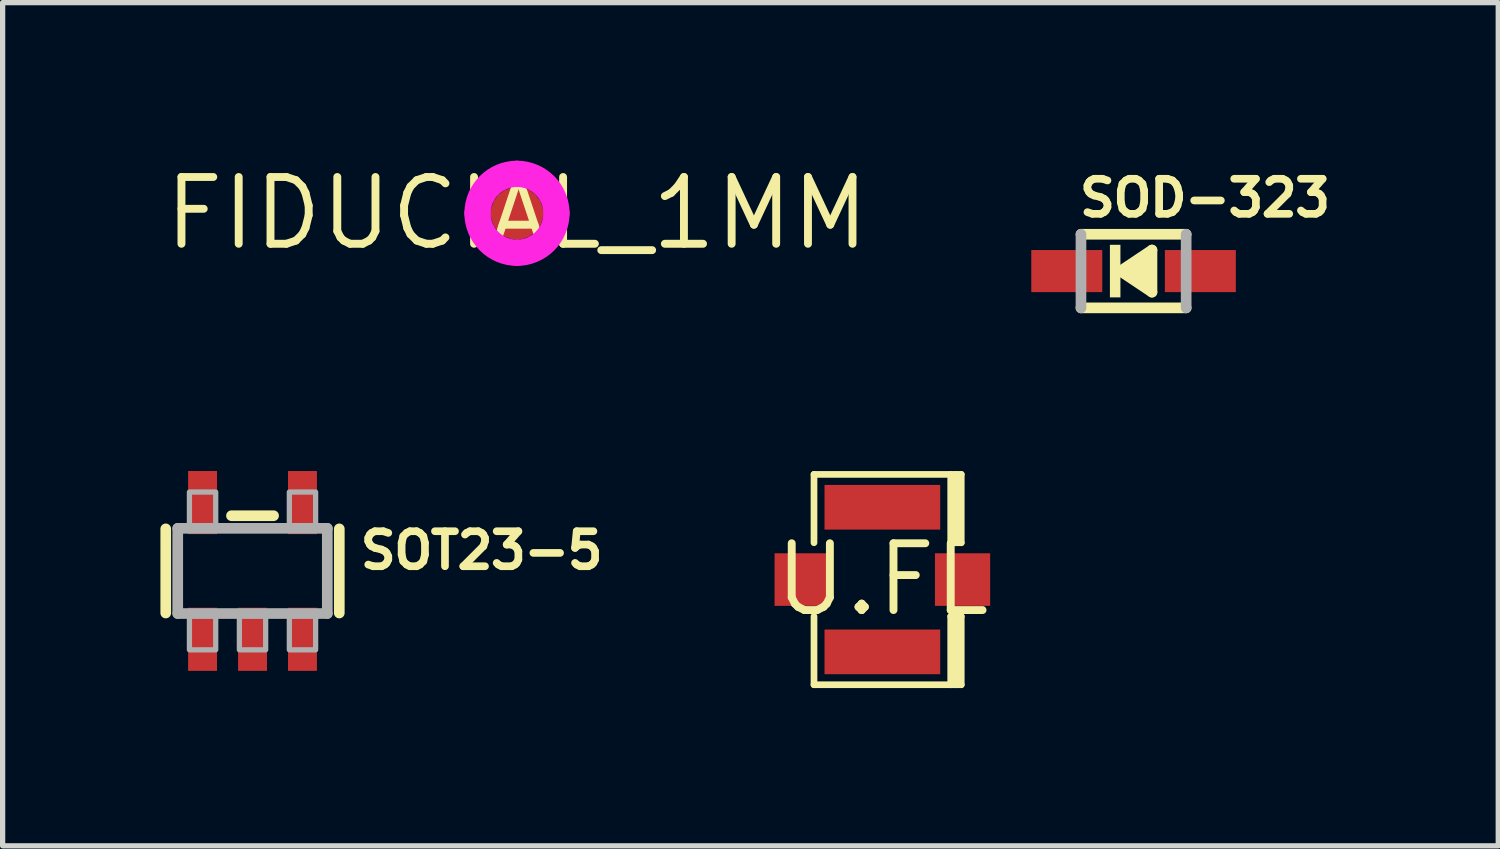
<source format=kicad_pcb>
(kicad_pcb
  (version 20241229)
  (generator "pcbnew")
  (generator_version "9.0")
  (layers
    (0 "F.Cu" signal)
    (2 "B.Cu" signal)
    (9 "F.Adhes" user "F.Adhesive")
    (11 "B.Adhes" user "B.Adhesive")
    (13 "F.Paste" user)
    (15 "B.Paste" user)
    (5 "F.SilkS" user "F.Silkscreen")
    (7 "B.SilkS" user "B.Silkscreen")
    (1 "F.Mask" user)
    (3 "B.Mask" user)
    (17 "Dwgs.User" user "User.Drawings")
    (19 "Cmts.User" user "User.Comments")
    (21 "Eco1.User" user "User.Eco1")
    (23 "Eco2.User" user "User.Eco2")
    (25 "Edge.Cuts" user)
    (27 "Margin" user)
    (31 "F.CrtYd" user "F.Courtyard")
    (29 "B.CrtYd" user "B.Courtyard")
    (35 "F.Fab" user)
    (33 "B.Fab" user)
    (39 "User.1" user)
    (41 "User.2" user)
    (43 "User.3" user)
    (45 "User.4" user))
  (footprint "U.FL"
    (layer "F.Cu")
    (at 13.729 7.971)
    (property "Reference" "U.FL" (at 0 0 0) (layer "F.SilkS") (effects (font (size 1.27 1.27) (thickness 0.15))))
    (fp_line (start -1.3 -0.7) (end -1.3 -2) (stroke (width 0.127) (type solid)) (layer "F.SilkS"))
    (fp_line (start -1.3 2) (end -1.3 0.7) (stroke (width 0.127) (type solid)) (layer "F.SilkS"))
    (fp_line (start -1.3 2) (end 1.3 2) (stroke (width 0.127) (type solid)) (layer "F.SilkS"))
    (fp_line (start 1.3 -2) (end -1.3 -2) (stroke (width 0.127) (type solid)) (layer "F.SilkS"))
    (fp_line (start 1.3 -0.7) (end 1.3 -2) (stroke (width 0.127) (type solid)) (layer "F.SilkS"))
    (fp_line (start 1.3 2) (end 1.3 0.7) (stroke (width 0.127) (type solid)) (layer "F.SilkS"))
    (fp_line (start 1.4 -0.7) (end 1.4 -2) (stroke (width 0.127) (type solid)) (layer "F.SilkS"))
    (fp_line (start 1.4 2) (end 1.4 0.7) (stroke (width 0.127) (type solid)) (layer "F.SilkS"))
    (fp_line (start 1.5 -2) (end 1.3 -2) (stroke (width 0.127) (type solid)) (layer "F.SilkS"))
    (fp_line (start 1.5 -0.7) (end 1.3 -0.7) (stroke (width 0.127) (type solid)) (layer "F.SilkS"))
    (fp_line (start 1.5 -0.7) (end 1.5 -2) (stroke (width 0.127) (type solid)) (layer "F.SilkS"))
    (fp_line (start 1.5 0.7) (end 1.3 0.7) (stroke (width 0.127) (type solid)) (layer "F.SilkS"))
    (fp_line (start 1.5 2) (end 1.3 2) (stroke (width 0.127) (type solid)) (layer "F.SilkS"))
    (fp_line (start 1.5 2) (end 1.5 0.7) (stroke (width 0.127) (type solid)) (layer "F.SilkS"))
    (pad "P$1" smd rect (at 0 -1.375) (size 2.2 0.85) (layers "F.Cu" "F.Mask" "F.Paste"))
    (pad "P$2" smd rect (at 0 1.375) (size 2.2 0.85) (layers "F.Cu" "F.Mask" "F.Paste"))
    (pad "P$3" smd rect (at 1.525 0) (size 1.05 1) (layers "F.Cu" "F.Mask" "F.Paste"))
    (pad "P$4" smd rect (at -1.525 0) (size 1.05 1) (layers "F.Cu" "F.Mask" "F.Paste"))
    (zone (net_name "") (layer "F.Cu") (hatch edge 0.508) (connect_pads) (min_thickness 0.254) (filled_areas_thickness no) (keepout (tracks not_allowed) (vias not_allowed) (pads not_allowed) (copperpour not_allowed) (footprints allowed)) (placement (enabled no)) (fill) (polygon (pts (xy 12.84 8.796) (xy 14.618 8.796) (xy 14.618 7.145) (xy 12.84 7.145)))))
  (footprint "SOD-323"
    (layer "F.Cu")
    (at 18.506 2.105)
    (property "Reference" "SOD-323" (at -1.1 -1 0) (layer "F.SilkS") (effects (font (size 0.666 0.666) (thickness 0.146)) (justify left bottom)))
    (fp_line (start -1 -0.7) (end 1 -0.7) (stroke (width 0.203) (type solid)) (layer "F.SilkS"))
    (fp_line (start -0.25 0) (end 0.35 -0.4) (stroke (width 0.203) (type solid)) (layer "F.SilkS"))
    (fp_line (start 0.35 -0.4) (end 0.35 0.4) (stroke (width 0.203) (type solid)) (layer "F.SilkS"))
    (fp_line (start 0.35 0.4) (end -0.25 0) (stroke (width 0.203) (type solid)) (layer "F.SilkS"))
    (fp_line (start 1 0.7) (end -1 0.7) (stroke (width 0.203) (type solid)) (layer "F.SilkS"))
    (fp_poly (pts (xy 0.302 0.39) (xy -0.283 0) (xy 0.302 -0.39)) (stroke (width 0) (type solid)) (fill yes) (layer "F.SilkS"))
    (fp_poly (pts (xy -0.45 0.5) (xy -0.25 0.5) (xy -0.25 -0.5) (xy -0.45 -0.5)) (stroke (width 0) (type solid)) (fill yes) (layer "F.SilkS"))
    (fp_line (start -1 0.7) (end -1 -0.7) (stroke (width 0.203) (type solid)) (layer "F.Fab"))
    (fp_line (start 1 -0.7) (end 1 0.7) (stroke (width 0.203) (type solid)) (layer "F.Fab"))
    (pad "A" smd rect (at 1.27 0) (size 1.35 0.8) (layers "F.Cu" "F.Mask" "F.Paste"))
    (pad "C" smd rect (at -1.27 0) (size 1.35 0.8) (layers "F.Cu" "F.Mask" "F.Paste")))
  (footprint "SOT23-5"
    (layer "F.Cu")
    (at 1.752 7.807)
    (property "Reference" "SOT23-5" (at 1.978 0 0) (layer "F.SilkS") (effects (font (size 0.666 0.666) (thickness 0.146)) (justify left bottom)))
    (fp_line (start -1.65 -0.8) (end -1.65 0.8) (stroke (width 0.203) (type solid)) (layer "F.SilkS"))
    (fp_line (start -0.4 -1.05) (end 0.4 -1.05) (stroke (width 0.203) (type solid)) (layer "F.SilkS"))
    (fp_line (start 1.65 -0.8) (end 1.65 0.8) (stroke (width 0.203) (type solid)) (layer "F.SilkS"))
    (fp_line (start -1.422 -0.81) (end 1.422 -0.81) (stroke (width 0.203) (type solid)) (layer "F.Fab"))
    (fp_line (start -1.422 0.81) (end -1.422 -0.81) (stroke (width 0.203) (type solid)) (layer "F.Fab"))
    (fp_line (start 1.422 -0.81) (end 1.422 0.81) (stroke (width 0.203) (type solid)) (layer "F.Fab"))
    (fp_line (start 1.422 0.81) (end -1.422 0.81) (stroke (width 0.203) (type solid)) (layer "F.Fab"))
    (fp_poly (pts (xy -1.2 -0.85) (xy -0.7 -0.85) (xy -0.7 -1.5) (xy -1.2 -1.5)) (stroke (width 0.1) (type solid)) (fill no) (layer "F.Fab"))
    (fp_poly (pts (xy -1.2 1.5) (xy -0.7 1.5) (xy -0.7 0.85) (xy -1.2 0.85)) (stroke (width 0.1) (type solid)) (fill no) (layer "F.Fab"))
    (fp_poly (pts (xy -0.25 1.5) (xy 0.25 1.5) (xy 0.25 0.85) (xy -0.25 0.85)) (stroke (width 0.1) (type solid)) (fill no) (layer "F.Fab"))
    (fp_poly (pts (xy 0.7 -0.85) (xy 1.2 -0.85) (xy 1.2 -1.5) (xy 0.7 -1.5)) (stroke (width 0.1) (type solid)) (fill no) (layer "F.Fab"))
    (fp_poly (pts (xy 0.7 1.5) (xy 1.2 1.5) (xy 1.2 0.85) (xy 0.7 0.85)) (stroke (width 0.1) (type solid)) (fill no) (layer "F.Fab"))
    (pad "1" smd rect (at -0.95 1.3) (size 0.55 1.2) (layers "F.Cu" "F.Mask" "F.Paste"))
    (pad "2" smd rect (at 0 1.3) (size 0.55 1.2) (layers "F.Cu" "F.Mask" "F.Paste"))
    (pad "3" smd rect (at 0.95 1.3) (size 0.55 1.2) (layers "F.Cu" "F.Mask" "F.Paste"))
    (pad "4" smd rect (at 0.95 -1.3) (size 0.55 1.2) (layers "F.Cu" "F.Mask" "F.Paste"))
    (pad "5" smd rect (at -0.95 -1.3) (size 0.55 1.2) (layers "F.Cu" "F.Mask" "F.Paste")))
  (footprint "FIDUCIAL_1MM"
    (layer "F.Cu")
    (at 6.781 1.006)
    (property "Reference" "FIDUCIAL_1MM" (at 0 0 0) (layer "F.SilkS") (effects (font (size 1.27 1.27) (thickness 0.15))))
    (fp_arc (start -0.75 0) (mid -0.53033 -0.53033) (end 0 -0.75) (stroke (width 0.5) (type solid)) (layer "F.Mask"))
    (fp_arc (start 0 -0.75) (mid 0.53033 -0.53033) (end 0.75 0) (stroke (width 0.5) (type solid)) (layer "F.Mask"))
    (fp_arc (start 0 0.75) (mid -0.53033 0.53033) (end -0.75 0) (stroke (width 0.5) (type solid)) (layer "F.Mask"))
    (fp_arc (start 0.75 0) (mid 0.53033 0.53033) (end 0 0.75) (stroke (width 0.5) (type solid)) (layer "F.Mask"))
    (fp_arc (start -0.75 0) (mid -0.53033 -0.53033) (end 0 -0.75) (stroke (width 0.5) (type solid)) (layer "F.CrtYd"))
    (fp_arc (start 0 -0.75) (mid 0.53033 -0.53033) (end 0.75 0) (stroke (width 0.5) (type solid)) (layer "F.CrtYd"))
    (fp_arc (start 0 0.75) (mid -0.53033 0.53033) (end -0.75 0) (stroke (width 0.5) (type solid)) (layer "F.CrtYd"))
    (fp_arc (start 0.75 0) (mid 0.53033 0.53033) (end 0 0.75) (stroke (width 0.5) (type solid)) (layer "F.CrtYd"))
    (pad "1" smd roundrect (at 0 0) (size 1 1) (layers "F.Cu" "F.Mask") (roundrect_rratio 0.5)))
  (gr_rect
    (start -3 -3)
    (end 25.441 13.034)
    (stroke (width 0.1) (type default))
    (fill no)
    (layer "Edge.Cuts")))
</source>
